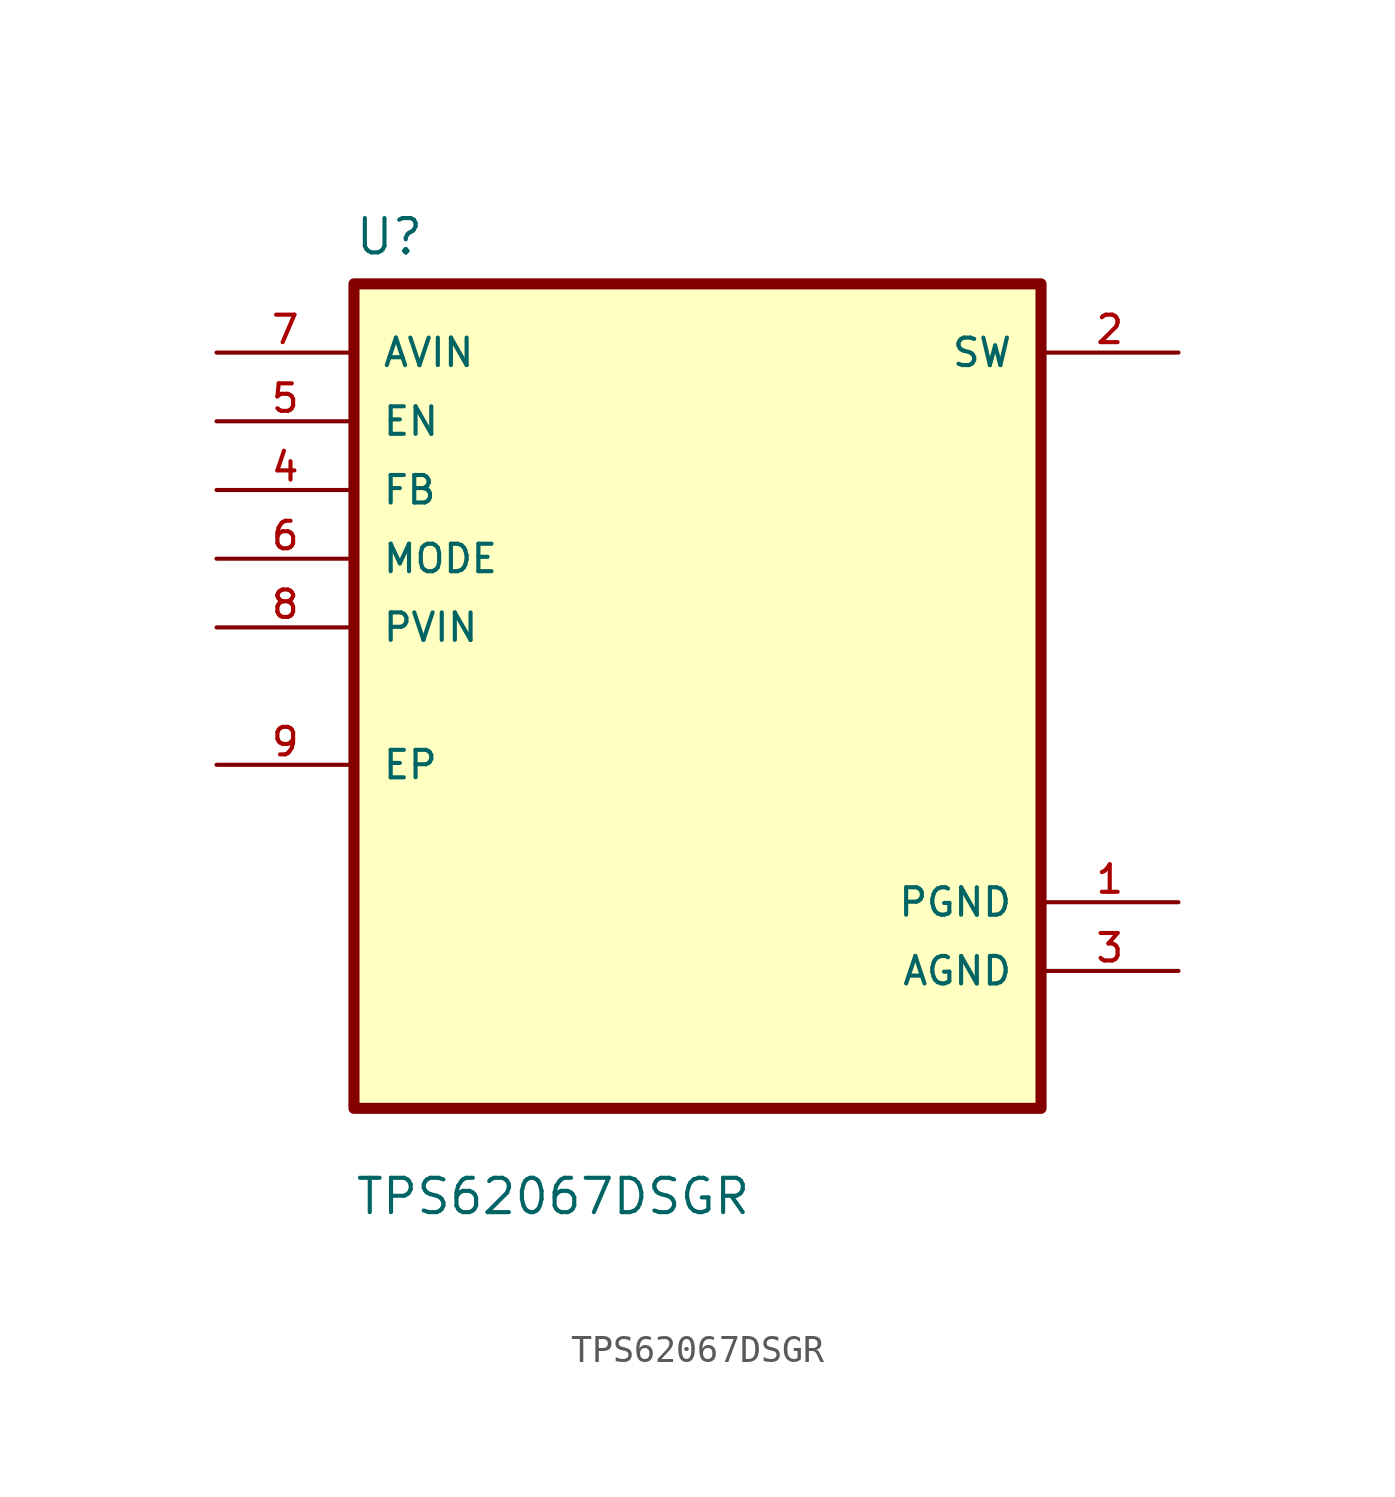
<source format=kicad_sym>
(kicad_symbol_lib
  (version 20211014)
  (generator kicad_symbol_editor)
  (symbol "TPS62067DSGR"
    (pin_names
      (offset 1.016))
    (property "Reference" "U"
      (at -12.7 16.24 0.0)
      (effects (font (size 1.27 1.27)) (justify bottom left)))
    (property "Value" "TPS62067DSGR"
      (at -12.7 -19.24 0.0)
      (effects (font (size 1.27 1.27)) (justify bottom left)))
    (symbol "TPS62067DSGR_0_0"
      (rectangle (start -12.7 -15.24) (end 12.7 15.24) (stroke (width 0.41)) (fill (type background)))
      (pin input line (at -17.78 12.7 0) (length 5.08) (name "AVIN" (effects (font (size 1.016 1.016)))) (number "7" (effects (font (size 1.016 1.016)))))
      (pin input line (at -17.78 10.16 0) (length 5.08) (name "EN" (effects (font (size 1.016 1.016)))) (number "5" (effects (font (size 1.016 1.016)))))
      (pin input line (at -17.78 7.62 0) (length 5.08) (name "FB" (effects (font (size 1.016 1.016)))) (number "4" (effects (font (size 1.016 1.016)))))
      (pin input line (at -17.78 5.08 0) (length 5.08) (name "MODE" (effects (font (size 1.016 1.016)))) (number "6" (effects (font (size 1.016 1.016)))))
      (pin input line (at -17.78 2.54 0) (length 5.08) (name "PVIN" (effects (font (size 1.016 1.016)))) (number "8" (effects (font (size 1.016 1.016)))))
      (pin bidirectional line (at -17.78 -2.54 0) (length 5.08) (name "EP" (effects (font (size 1.016 1.016)))) (number "9" (effects (font (size 1.016 1.016)))))
      (pin output line (at 17.78 12.7 180.0) (length 5.08) (name "SW" (effects (font (size 1.016 1.016)))) (number "2" (effects (font (size 1.016 1.016)))))
      (pin power_in line (at 17.78 -7.62 180.0) (length 5.08) (name "PGND" (effects (font (size 1.016 1.016)))) (number "1" (effects (font (size 1.016 1.016)))))
      (pin power_in line (at 17.78 -10.16 180.0) (length 5.08) (name "AGND" (effects (font (size 1.016 1.016)))) (number "3" (effects (font (size 1.016 1.016))))))))
</source>
